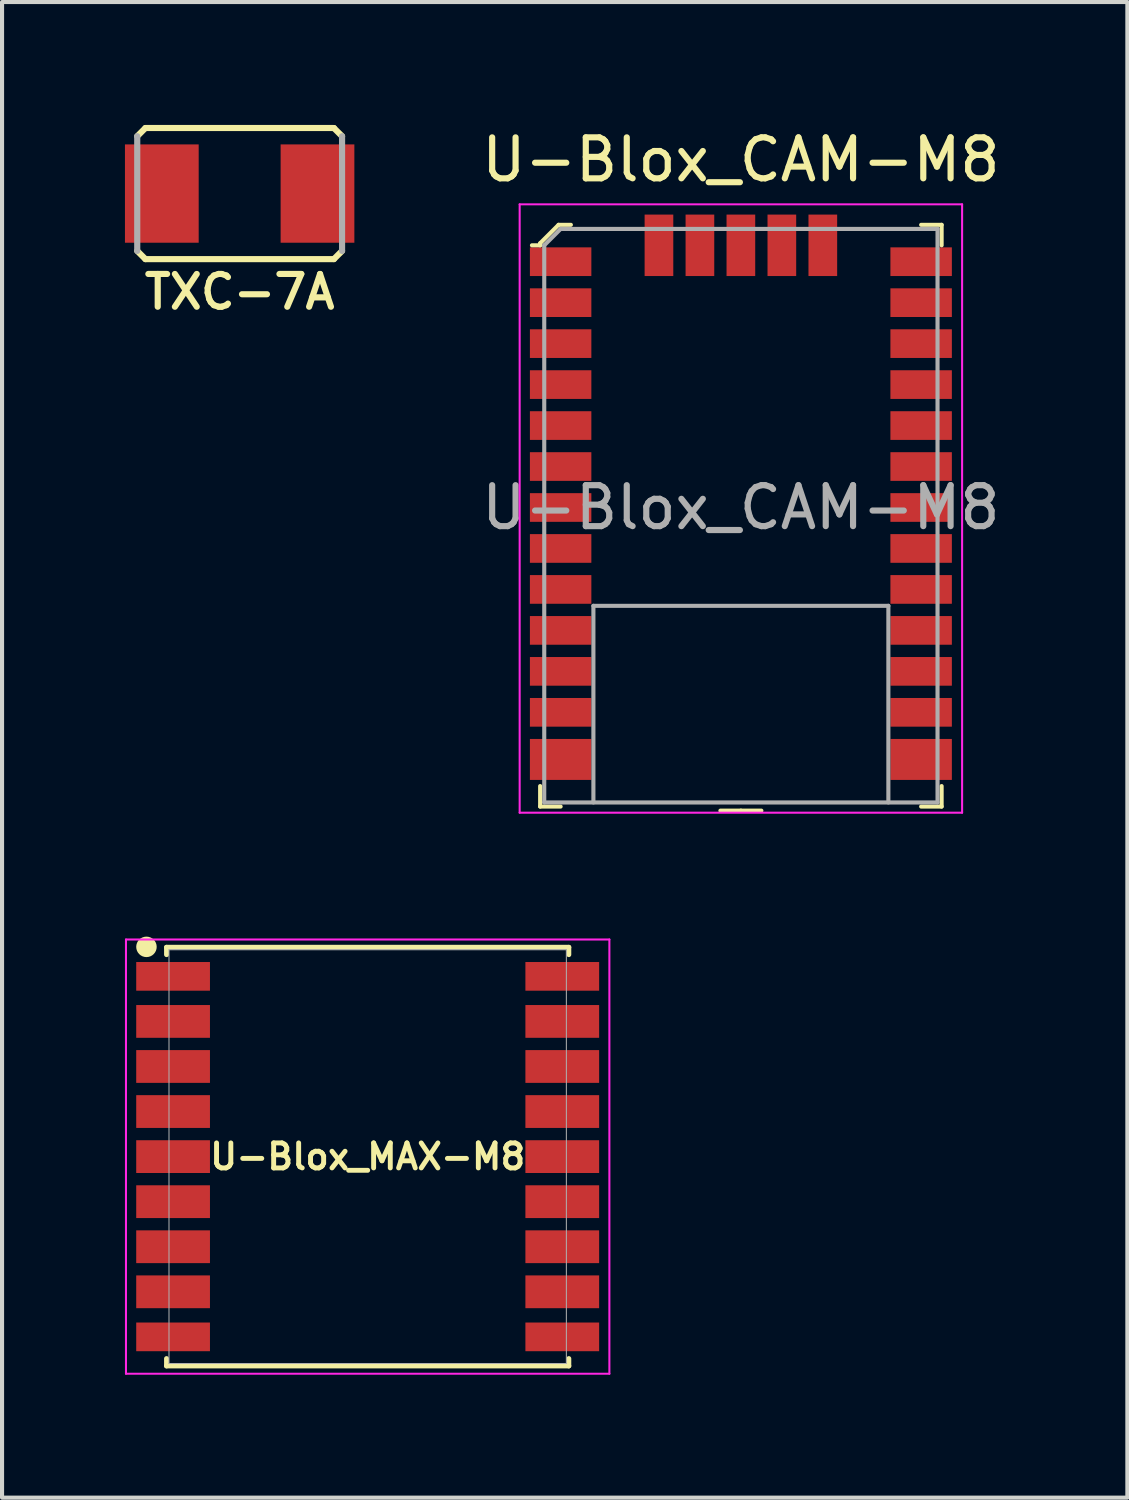
<source format=kicad_pcb>
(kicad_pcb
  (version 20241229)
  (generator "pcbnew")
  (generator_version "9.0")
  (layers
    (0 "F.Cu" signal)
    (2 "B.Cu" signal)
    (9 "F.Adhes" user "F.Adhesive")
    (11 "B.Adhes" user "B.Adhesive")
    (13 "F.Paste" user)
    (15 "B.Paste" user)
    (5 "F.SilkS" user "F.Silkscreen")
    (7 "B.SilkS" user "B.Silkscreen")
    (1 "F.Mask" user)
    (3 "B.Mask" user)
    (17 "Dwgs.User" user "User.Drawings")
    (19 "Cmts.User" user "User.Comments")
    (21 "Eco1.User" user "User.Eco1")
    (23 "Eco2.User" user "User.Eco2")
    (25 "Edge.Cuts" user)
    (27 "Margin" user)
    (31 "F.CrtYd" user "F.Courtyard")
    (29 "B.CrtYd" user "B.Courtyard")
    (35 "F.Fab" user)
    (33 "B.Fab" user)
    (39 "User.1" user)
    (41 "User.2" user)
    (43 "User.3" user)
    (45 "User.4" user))
  (footprint "U-Blox_CAM-M8"
    (layer "F.Cu")
    (at 15.035 9.338)
    (property "Reference" "U-Blox_CAM-M8" (at 0 -8.49 0) (layer "F.SilkS") (effects (font (size 1 1) (thickness 0.15))))
    (attr through_hole)
    (fp_line (start -4.9 -6.45) (end -4.9 -6.4) (stroke (width 0.1) (type solid)) (layer "F.SilkS"))
    (fp_line (start -4.9 -6.4) (end -5.1 -6.4) (stroke (width 0.1) (type solid)) (layer "F.SilkS"))
    (fp_line (start -4.9 7.3) (end -4.9 6.8) (stroke (width 0.1) (type solid)) (layer "F.SilkS"))
    (fp_line (start -4.9 7.3) (end -4.4 7.3) (stroke (width 0.1) (type solid)) (layer "F.SilkS"))
    (fp_line (start -4.45 -6.9) (end -4.9 -6.45) (stroke (width 0.1) (type solid)) (layer "F.SilkS"))
    (fp_line (start -4.15 -6.9) (end -4.45 -6.9) (stroke (width 0.1) (type solid)) (layer "F.SilkS"))
    (fp_line (start 0 7.4) (end -0.5 7.4) (stroke (width 0.1) (type solid)) (layer "F.SilkS"))
    (fp_line (start 0 7.4) (end 0.5 7.4) (stroke (width 0.1) (type solid)) (layer "F.SilkS"))
    (fp_line (start 4.9 -6.9) (end 4.4 -6.9) (stroke (width 0.1) (type solid)) (layer "F.SilkS"))
    (fp_line (start 4.9 -6.9) (end 4.9 -6.4) (stroke (width 0.1) (type solid)) (layer "F.SilkS"))
    (fp_line (start 4.9 7.3) (end 4.4 7.3) (stroke (width 0.1) (type solid)) (layer "F.SilkS"))
    (fp_line (start 4.9 7.3) (end 4.9 6.8) (stroke (width 0.1) (type solid)) (layer "F.SilkS"))
    (fp_line (start -5.4 -7.4) (end -5.4 7.45) (stroke (width 0.05) (type solid)) (layer "F.CrtYd"))
    (fp_line (start 5.4 -7.4) (end -5.4 -7.4) (stroke (width 0.05) (type solid)) (layer "F.CrtYd"))
    (fp_line (start 5.4 -7.4) (end 5.4 7.45) (stroke (width 0.05) (type solid)) (layer "F.CrtYd"))
    (fp_line (start 5.4 7.45) (end -5.4 7.45) (stroke (width 0.05) (type solid)) (layer "F.CrtYd"))
    (fp_line (start -4.8 -6.4) (end -4.8 7.2) (stroke (width 0.1) (type solid)) (layer "F.Fab"))
    (fp_line (start -4.8 -6.4) (end -4.4 -6.8) (stroke (width 0.1) (type solid)) (layer "F.Fab"))
    (fp_line (start -4.8 7.2) (end 4.8 7.2) (stroke (width 0.1) (type solid)) (layer "F.Fab"))
    (fp_line (start -4.4 -6.8) (end 4.8 -6.8) (stroke (width 0.1) (type solid)) (layer "F.Fab"))
    (fp_line (start -3.6 2.4) (end 3.6 2.4) (stroke (width 0.1) (type solid)) (layer "F.Fab"))
    (fp_line (start -3.6 7.2) (end -3.6 2.4) (stroke (width 0.1) (type solid)) (layer "F.Fab"))
    (fp_line (start 3.6 2.4) (end 3.6 7.2) (stroke (width 0.1) (type solid)) (layer "F.Fab"))
    (fp_line (start 4.8 -6.8) (end 4.8 7.2) (stroke (width 0.1) (type solid)) (layer "F.Fab"))
    (fp_text user "${REFERENCE}" (at 0 0 0) (layer "F.Fab") (effects (font (size 1 1) (thickness 0.15))))
    (pad "1" smd rect (at -4.4 -6) (size 1.5 0.7) (layers "F.Cu" "F.Mask" "F.Paste"))
    (pad "2" smd rect (at -4.4 -5) (size 1.5 0.7) (layers "F.Cu" "F.Mask" "F.Paste"))
    (pad "3" smd rect (at -4.4 -4) (size 1.5 0.7) (layers "F.Cu" "F.Mask" "F.Paste"))
    (pad "4" smd rect (at -4.4 -3) (size 1.5 0.7) (layers "F.Cu" "F.Mask" "F.Paste"))
    (pad "5" smd rect (at -4.4 -2) (size 1.5 0.7) (layers "F.Cu" "F.Mask" "F.Paste"))
    (pad "6" smd rect (at -4.4 -1) (size 1.5 0.7) (layers "F.Cu" "F.Mask" "F.Paste"))
    (pad "7" smd rect (at -4.4 0) (size 1.5 0.7) (layers "F.Cu" "F.Mask" "F.Paste"))
    (pad "8" smd rect (at -4.4 1) (size 1.5 0.7) (layers "F.Cu" "F.Mask" "F.Paste"))
    (pad "9" smd rect (at -4.4 2) (size 1.5 0.7) (layers "F.Cu" "F.Mask" "F.Paste"))
    (pad "10" smd rect (at -4.4 3) (size 1.5 0.7) (layers "F.Cu" "F.Mask" "F.Paste"))
    (pad "11" smd rect (at -4.4 4) (size 1.5 0.7) (layers "F.Cu" "F.Mask" "F.Paste"))
    (pad "12" smd rect (at -4.4 5) (size 1.5 0.7) (layers "F.Cu" "F.Mask" "F.Paste"))
    (pad "13" smd rect (at -4.4 6.15) (size 1.5 1) (layers "F.Cu" "F.Mask" "F.Paste"))
    (pad "14" smd rect (at 4.4 6.15) (size 1.5 1) (layers "F.Cu" "F.Mask" "F.Paste"))
    (pad "15" smd rect (at 4.4 5) (size 1.5 0.7) (layers "F.Cu" "F.Mask" "F.Paste"))
    (pad "16" smd rect (at 4.4 4) (size 1.5 0.7) (layers "F.Cu" "F.Mask" "F.Paste"))
    (pad "17" smd rect (at 4.4 3) (size 1.5 0.7) (layers "F.Cu" "F.Mask" "F.Paste"))
    (pad "18" smd rect (at 4.4 2) (size 1.5 0.7) (layers "F.Cu" "F.Mask" "F.Paste"))
    (pad "19" smd rect (at 4.4 1) (size 1.5 0.7) (layers "F.Cu" "F.Mask" "F.Paste"))
    (pad "20" smd rect (at 4.4 0) (size 1.5 0.7) (layers "F.Cu" "F.Mask" "F.Paste"))
    (pad "21" smd rect (at 4.4 -1) (size 1.5 0.7) (layers "F.Cu" "F.Mask" "F.Paste"))
    (pad "22" smd rect (at 4.4 -2) (size 1.5 0.7) (layers "F.Cu" "F.Mask" "F.Paste"))
    (pad "23" smd rect (at 4.4 -3) (size 1.5 0.7) (layers "F.Cu" "F.Mask" "F.Paste"))
    (pad "24" smd rect (at 4.4 -4) (size 1.5 0.7) (layers "F.Cu" "F.Mask" "F.Paste"))
    (pad "25" smd rect (at 4.4 -5) (size 1.5 0.7) (layers "F.Cu" "F.Mask" "F.Paste"))
    (pad "26" smd rect (at 4.4 -6) (size 1.5 0.7) (layers "F.Cu" "F.Mask" "F.Paste"))
    (pad "27" smd rect (at 2 -6.4) (size 0.7 1.5) (layers "F.Cu" "F.Mask" "F.Paste"))
    (pad "28" smd rect (at 1 -6.4) (size 0.7 1.5) (layers "F.Cu" "F.Mask" "F.Paste"))
    (pad "29" smd rect (at 0 -6.4) (size 0.7 1.5) (layers "F.Cu" "F.Mask" "F.Paste"))
    (pad "30" smd rect (at -1 -6.4) (size 0.7 1.5) (layers "F.Cu" "F.Mask" "F.Paste"))
    (pad "31" smd rect (at -2 -6.4) (size 0.7 1.5) (layers "F.Cu" "F.Mask" "F.Paste")))
  (footprint "TXC-7A"
    (layer "F.Cu")
    (at 2.8 1.675)
    (property "Reference" "TXC-7A" (at 0 2.4 0) (layer "F.SilkS") (effects (font (size 0.8 0.8) (thickness 0.15))))
    (attr through_hole)
    (fp_line (start -2.5 -1.4) (end -2.3 -1.6) (stroke (width 0.15) (type solid)) (layer "F.SilkS"))
    (fp_line (start -2.5 1.4) (end -2.3 1.6) (stroke (width 0.15) (type solid)) (layer "F.SilkS"))
    (fp_line (start -2.3 -1.6) (end 2.3 -1.6) (stroke (width 0.15) (type solid)) (layer "F.SilkS"))
    (fp_line (start -2.3 1.6) (end 2.3 1.6) (stroke (width 0.15) (type solid)) (layer "F.SilkS"))
    (fp_line (start 2.3 -1.6) (end 2.5 -1.4) (stroke (width 0.15) (type solid)) (layer "F.SilkS"))
    (fp_line (start 2.3 1.6) (end 2.5 1.4) (stroke (width 0.15) (type solid)) (layer "F.SilkS"))
    (fp_line (start -2.5 1.4) (end -2.5 -1.4) (stroke (width 0.15) (type solid)) (layer "F.Fab"))
    (fp_line (start 2.5 -1.4) (end 2.5 1.4) (stroke (width 0.15) (type solid)) (layer "F.Fab"))
    (pad "1" smd rect (at -1.9 0) (size 1.8 2.4) (layers "F.Cu" "F.Mask" "F.Paste"))
    (pad "2" smd rect (at 1.9 0) (size 1.8 2.4) (layers "F.Cu" "F.Mask" "F.Paste")))
  (footprint "U-Blox_MAX-M8"
    (layer "F.Cu")
    (at 5.925 25.183)
    (property "Reference" "U-Blox_MAX-M8" (at 0 0 0) (layer "F.SilkS") (effects (font (size 0.61 0.61) (thickness 0.12))))
    (attr smd)
    (fp_line (start -4.91 -5.11) (end -4.91 -4.93) (stroke (width 0.12) (type solid)) (layer "F.SilkS"))
    (fp_line (start -4.91 -5.11) (end 4.91 -5.11) (stroke (width 0.12) (type solid)) (layer "F.SilkS"))
    (fp_line (start -4.91 5.11) (end -4.91 4.93) (stroke (width 0.12) (type solid)) (layer "F.SilkS"))
    (fp_line (start -4.91 5.11) (end 4.91 5.11) (stroke (width 0.12) (type solid)) (layer "F.SilkS"))
    (fp_line (start 4.91 -5.11) (end 4.91 -4.93) (stroke (width 0.12) (type solid)) (layer "F.SilkS"))
    (fp_line (start 4.91 5.11) (end 4.91 4.93) (stroke (width 0.12) (type solid)) (layer "F.SilkS"))
    (fp_circle (center -5.4 -5.12) (end -5.275 -5.12) (stroke (width 0.25) (type solid)) (fill no) (layer "F.SilkS"))
    (fp_line (start -5.9 -5.3) (end 5.9 -5.3) (stroke (width 0.05) (type solid)) (layer "F.CrtYd"))
    (fp_line (start -5.9 5.3) (end -5.9 -5.3) (stroke (width 0.05) (type solid)) (layer "F.CrtYd"))
    (fp_line (start 5.9 -5.3) (end 5.9 5.3) (stroke (width 0.05) (type solid)) (layer "F.CrtYd"))
    (fp_line (start 5.9 5.3) (end -5.9 5.3) (stroke (width 0.05) (type solid)) (layer "F.CrtYd"))
    (fp_line (start -4.85 -5.05) (end 4.85 -5.05) (stroke (width 0.025) (type solid)) (layer "F.Fab"))
    (fp_line (start -4.85 5.05) (end -4.85 -5.05) (stroke (width 0.025) (type solid)) (layer "F.Fab"))
    (fp_line (start 4.85 -5.05) (end 4.85 5.05) (stroke (width 0.025) (type solid)) (layer "F.Fab"))
    (fp_line (start 4.85 5.05) (end -4.85 5.05) (stroke (width 0.025) (type solid)) (layer "F.Fab"))
    (pad "1" smd rect (at -4.75 -4.4) (size 1.8 0.7) (layers "F.Cu" "F.Mask" "F.Paste"))
    (pad "2" smd rect (at -4.75 -3.3) (size 1.8 0.8) (layers "F.Cu" "F.Mask" "F.Paste"))
    (pad "3" smd rect (at -4.75 -2.2) (size 1.8 0.8) (layers "F.Cu" "F.Mask" "F.Paste"))
    (pad "4" smd rect (at -4.75 -1.1) (size 1.8 0.8) (layers "F.Cu" "F.Mask" "F.Paste"))
    (pad "5" smd rect (at -4.75 0) (size 1.8 0.8) (layers "F.Cu" "F.Mask" "F.Paste"))
    (pad "6" smd rect (at -4.75 1.1) (size 1.8 0.8) (layers "F.Cu" "F.Mask" "F.Paste"))
    (pad "7" smd rect (at -4.75 2.2) (size 1.8 0.8) (layers "F.Cu" "F.Mask" "F.Paste"))
    (pad "8" smd rect (at -4.75 3.3) (size 1.8 0.8) (layers "F.Cu" "F.Mask" "F.Paste"))
    (pad "9" smd rect (at -4.75 4.4) (size 1.8 0.7) (layers "F.Cu" "F.Mask" "F.Paste"))
    (pad "10" smd rect (at 4.75 4.4) (size 1.8 0.7) (layers "F.Cu" "F.Mask" "F.Paste"))
    (pad "11" smd rect (at 4.75 3.3) (size 1.8 0.8) (layers "F.Cu" "F.Mask" "F.Paste"))
    (pad "12" smd rect (at 4.75 2.2) (size 1.8 0.8) (layers "F.Cu" "F.Mask" "F.Paste"))
    (pad "13" smd rect (at 4.75 1.1) (size 1.8 0.8) (layers "F.Cu" "F.Mask" "F.Paste"))
    (pad "14" smd rect (at 4.75 0) (size 1.8 0.8) (layers "F.Cu" "F.Mask" "F.Paste"))
    (pad "15" smd rect (at 4.75 -1.1) (size 1.8 0.8) (layers "F.Cu" "F.Mask" "F.Paste"))
    (pad "16" smd rect (at 4.75 -2.2) (size 1.8 0.8) (layers "F.Cu" "F.Mask" "F.Paste"))
    (pad "17" smd rect (at 4.75 -3.3) (size 1.8 0.8) (layers "F.Cu" "F.Mask" "F.Paste"))
    (pad "18" smd rect (at 4.75 -4.4) (size 1.8 0.7) (layers "F.Cu" "F.Mask" "F.Paste")))
  (gr_rect
    (start -3 -3)
    (end 24.469 33.508)
    (stroke (width 0.1) (type default))
    (fill no)
    (layer "Edge.Cuts")))
</source>
